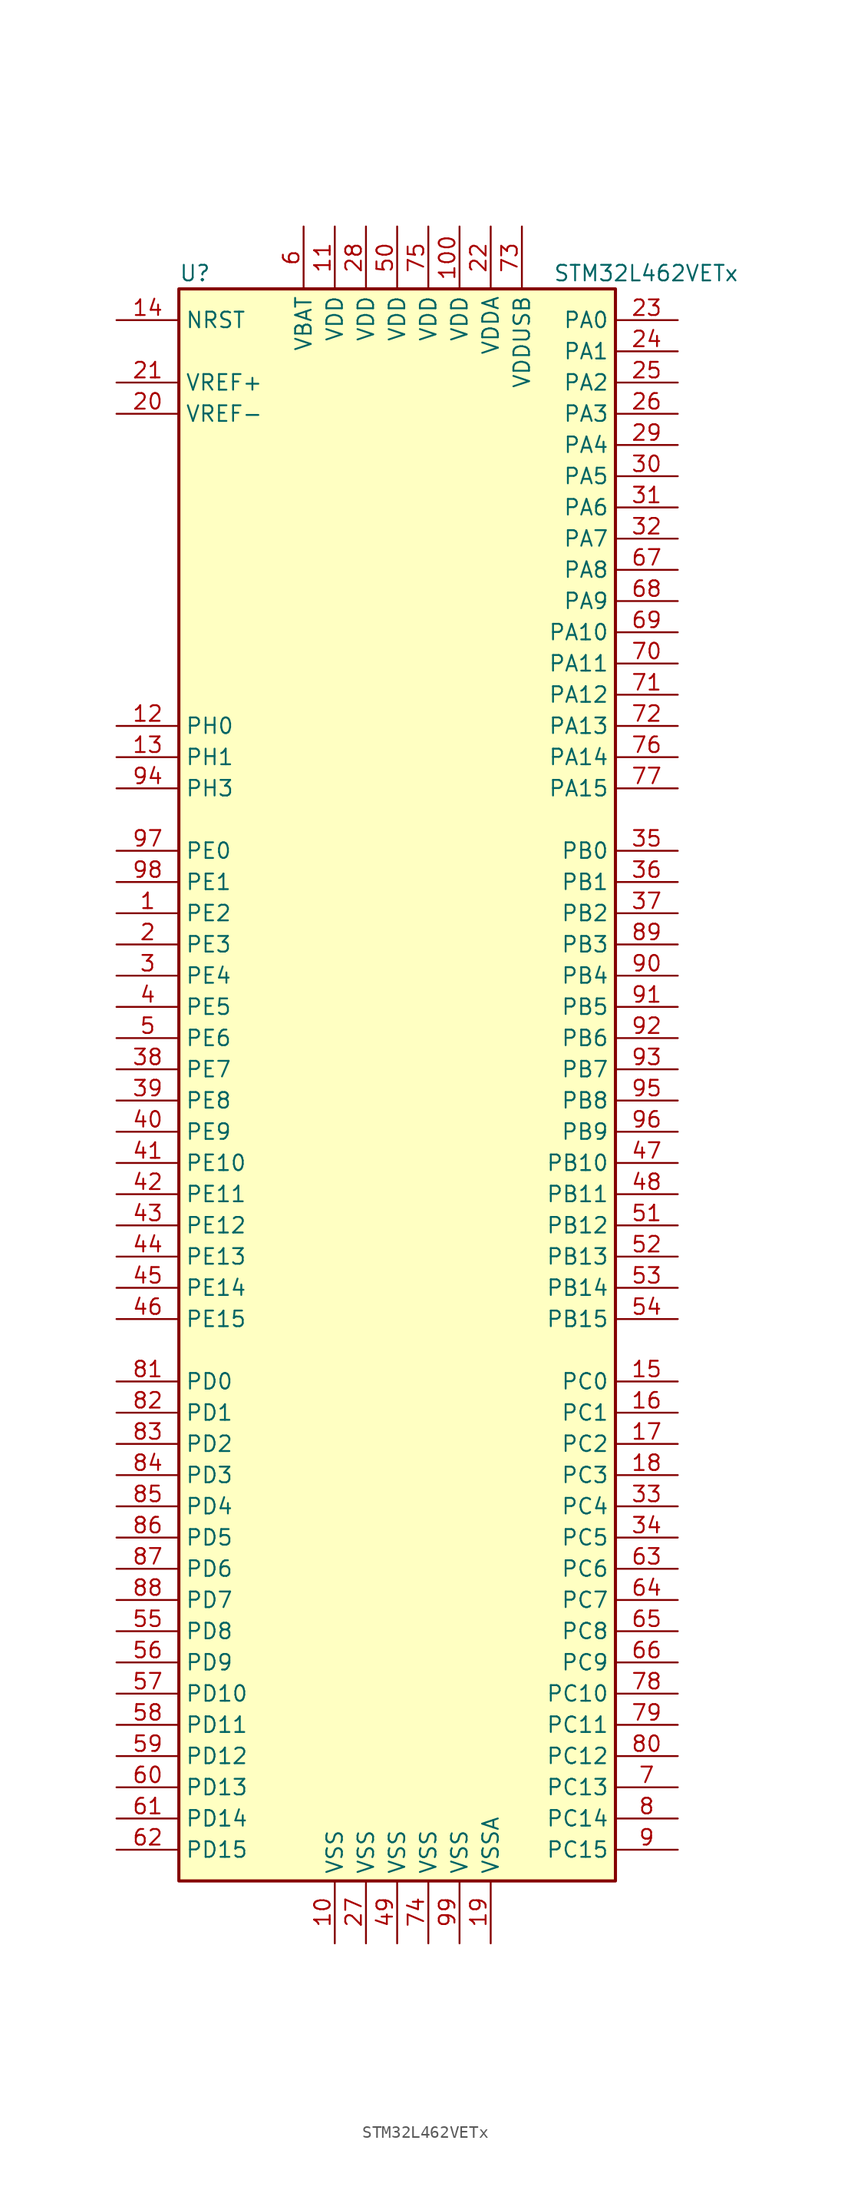
<source format=kicad_sym>
(kicad_symbol_lib
  (version 20220914)
  (generator kicad_symbol_editor)
  (symbol "STM32L462VETx"
    (property "Reference" "U"
      (at -17.78 64.77 0)
      (effects (font (size 1.27 1.27)) (justify left)))
    (property "Value" "STM32L462VETx"
      (at 12.7 64.77 0)
      (effects (font (size 1.27 1.27)) (justify left)))
    (symbol "STM32L462VETx_0_1"
      (rectangle (start -17.78 -66.04) (end 17.78 63.5) (stroke (width 0.254) (type default)) (fill (type background))))
    (symbol "STM32L462VETx_1_1"
      (pin bidirectional line (at -22.86 12.7 0) (length 5.08) (name "PE2" (effects (font (size 1.27 1.27)))) (number "1" (effects (font (size 1.27 1.27)))))
      (pin power_in line (at -5.08 -71.12 90) (length 5.08) (name "VSS" (effects (font (size 1.27 1.27)))) (number "10" (effects (font (size 1.27 1.27)))))
      (pin power_in line (at 5.08 68.58 270) (length 5.08) (name "VDD" (effects (font (size 1.27 1.27)))) (number "100" (effects (font (size 1.27 1.27)))))
      (pin power_in line (at -5.08 68.58 270) (length 5.08) (name "VDD" (effects (font (size 1.27 1.27)))) (number "11" (effects (font (size 1.27 1.27)))))
      (pin input line (at -22.86 27.94 0) (length 5.08) (name "PH0" (effects (font (size 1.27 1.27)))) (number "12" (effects (font (size 1.27 1.27)))))
      (pin input line (at -22.86 25.4 0) (length 5.08) (name "PH1" (effects (font (size 1.27 1.27)))) (number "13" (effects (font (size 1.27 1.27)))))
      (pin input line (at -22.86 60.96 0) (length 5.08) (name "NRST" (effects (font (size 1.27 1.27)))) (number "14" (effects (font (size 1.27 1.27)))))
      (pin bidirectional line (at 22.86 -25.4 180) (length 5.08) (name "PC0" (effects (font (size 1.27 1.27)))) (number "15" (effects (font (size 1.27 1.27)))))
      (pin bidirectional line (at 22.86 -27.94 180) (length 5.08) (name "PC1" (effects (font (size 1.27 1.27)))) (number "16" (effects (font (size 1.27 1.27)))))
      (pin bidirectional line (at 22.86 -30.48 180) (length 5.08) (name "PC2" (effects (font (size 1.27 1.27)))) (number "17" (effects (font (size 1.27 1.27)))))
      (pin bidirectional line (at 22.86 -33.02 180) (length 5.08) (name "PC3" (effects (font (size 1.27 1.27)))) (number "18" (effects (font (size 1.27 1.27)))))
      (pin power_in line (at 7.62 -71.12 90) (length 5.08) (name "VSSA" (effects (font (size 1.27 1.27)))) (number "19" (effects (font (size 1.27 1.27)))))
      (pin bidirectional line (at -22.86 10.16 0) (length 5.08) (name "PE3" (effects (font (size 1.27 1.27)))) (number "2" (effects (font (size 1.27 1.27)))))
      (pin power_in line (at -22.86 53.34 0) (length 5.08) (name "VREF-" (effects (font (size 1.27 1.27)))) (number "20" (effects (font (size 1.27 1.27)))))
      (pin bidirectional line (at -22.86 55.88 0) (length 5.08) (name "VREF+" (effects (font (size 1.27 1.27)))) (number "21" (effects (font (size 1.27 1.27)))))
      (pin power_in line (at 7.62 68.58 270) (length 5.08) (name "VDDA" (effects (font (size 1.27 1.27)))) (number "22" (effects (font (size 1.27 1.27)))))
      (pin bidirectional line (at 22.86 60.96 180) (length 5.08) (name "PA0" (effects (font (size 1.27 1.27)))) (number "23" (effects (font (size 1.27 1.27)))))
      (pin bidirectional line (at 22.86 58.42 180) (length 5.08) (name "PA1" (effects (font (size 1.27 1.27)))) (number "24" (effects (font (size 1.27 1.27)))))
      (pin bidirectional line (at 22.86 55.88 180) (length 5.08) (name "PA2" (effects (font (size 1.27 1.27)))) (number "25" (effects (font (size 1.27 1.27)))))
      (pin bidirectional line (at 22.86 53.34 180) (length 5.08) (name "PA3" (effects (font (size 1.27 1.27)))) (number "26" (effects (font (size 1.27 1.27)))))
      (pin power_in line (at -2.54 -71.12 90) (length 5.08) (name "VSS" (effects (font (size 1.27 1.27)))) (number "27" (effects (font (size 1.27 1.27)))))
      (pin power_in line (at -2.54 68.58 270) (length 5.08) (name "VDD" (effects (font (size 1.27 1.27)))) (number "28" (effects (font (size 1.27 1.27)))))
      (pin bidirectional line (at 22.86 50.8 180) (length 5.08) (name "PA4" (effects (font (size 1.27 1.27)))) (number "29" (effects (font (size 1.27 1.27)))))
      (pin bidirectional line (at -22.86 7.62 0) (length 5.08) (name "PE4" (effects (font (size 1.27 1.27)))) (number "3" (effects (font (size 1.27 1.27)))))
      (pin bidirectional line (at 22.86 48.26 180) (length 5.08) (name "PA5" (effects (font (size 1.27 1.27)))) (number "30" (effects (font (size 1.27 1.27)))))
      (pin bidirectional line (at 22.86 45.72 180) (length 5.08) (name "PA6" (effects (font (size 1.27 1.27)))) (number "31" (effects (font (size 1.27 1.27)))))
      (pin bidirectional line (at 22.86 43.18 180) (length 5.08) (name "PA7" (effects (font (size 1.27 1.27)))) (number "32" (effects (font (size 1.27 1.27)))))
      (pin bidirectional line (at 22.86 -35.56 180) (length 5.08) (name "PC4" (effects (font (size 1.27 1.27)))) (number "33" (effects (font (size 1.27 1.27)))))
      (pin bidirectional line (at 22.86 -38.1 180) (length 5.08) (name "PC5" (effects (font (size 1.27 1.27)))) (number "34" (effects (font (size 1.27 1.27)))))
      (pin bidirectional line (at 22.86 17.78 180) (length 5.08) (name "PB0" (effects (font (size 1.27 1.27)))) (number "35" (effects (font (size 1.27 1.27)))))
      (pin bidirectional line (at 22.86 15.24 180) (length 5.08) (name "PB1" (effects (font (size 1.27 1.27)))) (number "36" (effects (font (size 1.27 1.27)))))
      (pin bidirectional line (at 22.86 12.7 180) (length 5.08) (name "PB2" (effects (font (size 1.27 1.27)))) (number "37" (effects (font (size 1.27 1.27)))))
      (pin bidirectional line (at -22.86 0 0) (length 5.08) (name "PE7" (effects (font (size 1.27 1.27)))) (number "38" (effects (font (size 1.27 1.27)))))
      (pin bidirectional line (at -22.86 -2.54 0) (length 5.08) (name "PE8" (effects (font (size 1.27 1.27)))) (number "39" (effects (font (size 1.27 1.27)))))
      (pin bidirectional line (at -22.86 5.08 0) (length 5.08) (name "PE5" (effects (font (size 1.27 1.27)))) (number "4" (effects (font (size 1.27 1.27)))))
      (pin bidirectional line (at -22.86 -5.08 0) (length 5.08) (name "PE9" (effects (font (size 1.27 1.27)))) (number "40" (effects (font (size 1.27 1.27)))))
      (pin bidirectional line (at -22.86 -7.62 0) (length 5.08) (name "PE10" (effects (font (size 1.27 1.27)))) (number "41" (effects (font (size 1.27 1.27)))))
      (pin bidirectional line (at -22.86 -10.16 0) (length 5.08) (name "PE11" (effects (font (size 1.27 1.27)))) (number "42" (effects (font (size 1.27 1.27)))))
      (pin bidirectional line (at -22.86 -12.7 0) (length 5.08) (name "PE12" (effects (font (size 1.27 1.27)))) (number "43" (effects (font (size 1.27 1.27)))))
      (pin bidirectional line (at -22.86 -15.24 0) (length 5.08) (name "PE13" (effects (font (size 1.27 1.27)))) (number "44" (effects (font (size 1.27 1.27)))))
      (pin bidirectional line (at -22.86 -17.78 0) (length 5.08) (name "PE14" (effects (font (size 1.27 1.27)))) (number "45" (effects (font (size 1.27 1.27)))))
      (pin bidirectional line (at -22.86 -20.32 0) (length 5.08) (name "PE15" (effects (font (size 1.27 1.27)))) (number "46" (effects (font (size 1.27 1.27)))))
      (pin bidirectional line (at 22.86 -7.62 180) (length 5.08) (name "PB10" (effects (font (size 1.27 1.27)))) (number "47" (effects (font (size 1.27 1.27)))))
      (pin bidirectional line (at 22.86 -10.16 180) (length 5.08) (name "PB11" (effects (font (size 1.27 1.27)))) (number "48" (effects (font (size 1.27 1.27)))))
      (pin power_in line (at 0 -71.12 90) (length 5.08) (name "VSS" (effects (font (size 1.27 1.27)))) (number "49" (effects (font (size 1.27 1.27)))))
      (pin bidirectional line (at -22.86 2.54 0) (length 5.08) (name "PE6" (effects (font (size 1.27 1.27)))) (number "5" (effects (font (size 1.27 1.27)))))
      (pin power_in line (at 0 68.58 270) (length 5.08) (name "VDD" (effects (font (size 1.27 1.27)))) (number "50" (effects (font (size 1.27 1.27)))))
      (pin bidirectional line (at 22.86 -12.7 180) (length 5.08) (name "PB12" (effects (font (size 1.27 1.27)))) (number "51" (effects (font (size 1.27 1.27)))))
      (pin bidirectional line (at 22.86 -15.24 180) (length 5.08) (name "PB13" (effects (font (size 1.27 1.27)))) (number "52" (effects (font (size 1.27 1.27)))))
      (pin bidirectional line (at 22.86 -17.78 180) (length 5.08) (name "PB14" (effects (font (size 1.27 1.27)))) (number "53" (effects (font (size 1.27 1.27)))))
      (pin bidirectional line (at 22.86 -20.32 180) (length 5.08) (name "PB15" (effects (font (size 1.27 1.27)))) (number "54" (effects (font (size 1.27 1.27)))))
      (pin bidirectional line (at -22.86 -45.72 0) (length 5.08) (name "PD8" (effects (font (size 1.27 1.27)))) (number "55" (effects (font (size 1.27 1.27)))))
      (pin bidirectional line (at -22.86 -48.26 0) (length 5.08) (name "PD9" (effects (font (size 1.27 1.27)))) (number "56" (effects (font (size 1.27 1.27)))))
      (pin bidirectional line (at -22.86 -50.8 0) (length 5.08) (name "PD10" (effects (font (size 1.27 1.27)))) (number "57" (effects (font (size 1.27 1.27)))))
      (pin bidirectional line (at -22.86 -53.34 0) (length 5.08) (name "PD11" (effects (font (size 1.27 1.27)))) (number "58" (effects (font (size 1.27 1.27)))))
      (pin bidirectional line (at -22.86 -55.88 0) (length 5.08) (name "PD12" (effects (font (size 1.27 1.27)))) (number "59" (effects (font (size 1.27 1.27)))))
      (pin power_in line (at -7.62 68.58 270) (length 5.08) (name "VBAT" (effects (font (size 1.27 1.27)))) (number "6" (effects (font (size 1.27 1.27)))))
      (pin bidirectional line (at -22.86 -58.42 0) (length 5.08) (name "PD13" (effects (font (size 1.27 1.27)))) (number "60" (effects (font (size 1.27 1.27)))))
      (pin bidirectional line (at -22.86 -60.96 0) (length 5.08) (name "PD14" (effects (font (size 1.27 1.27)))) (number "61" (effects (font (size 1.27 1.27)))))
      (pin bidirectional line (at -22.86 -63.5 0) (length 5.08) (name "PD15" (effects (font (size 1.27 1.27)))) (number "62" (effects (font (size 1.27 1.27)))))
      (pin bidirectional line (at 22.86 -40.64 180) (length 5.08) (name "PC6" (effects (font (size 1.27 1.27)))) (number "63" (effects (font (size 1.27 1.27)))))
      (pin bidirectional line (at 22.86 -43.18 180) (length 5.08) (name "PC7" (effects (font (size 1.27 1.27)))) (number "64" (effects (font (size 1.27 1.27)))))
      (pin bidirectional line (at 22.86 -45.72 180) (length 5.08) (name "PC8" (effects (font (size 1.27 1.27)))) (number "65" (effects (font (size 1.27 1.27)))))
      (pin bidirectional line (at 22.86 -48.26 180) (length 5.08) (name "PC9" (effects (font (size 1.27 1.27)))) (number "66" (effects (font (size 1.27 1.27)))))
      (pin bidirectional line (at 22.86 40.64 180) (length 5.08) (name "PA8" (effects (font (size 1.27 1.27)))) (number "67" (effects (font (size 1.27 1.27)))))
      (pin bidirectional line (at 22.86 38.1 180) (length 5.08) (name "PA9" (effects (font (size 1.27 1.27)))) (number "68" (effects (font (size 1.27 1.27)))))
      (pin bidirectional line (at 22.86 35.56 180) (length 5.08) (name "PA10" (effects (font (size 1.27 1.27)))) (number "69" (effects (font (size 1.27 1.27)))))
      (pin bidirectional line (at 22.86 -58.42 180) (length 5.08) (name "PC13" (effects (font (size 1.27 1.27)))) (number "7" (effects (font (size 1.27 1.27)))))
      (pin bidirectional line (at 22.86 33.02 180) (length 5.08) (name "PA11" (effects (font (size 1.27 1.27)))) (number "70" (effects (font (size 1.27 1.27)))))
      (pin bidirectional line (at 22.86 30.48 180) (length 5.08) (name "PA12" (effects (font (size 1.27 1.27)))) (number "71" (effects (font (size 1.27 1.27)))))
      (pin bidirectional line (at 22.86 27.94 180) (length 5.08) (name "PA13" (effects (font (size 1.27 1.27)))) (number "72" (effects (font (size 1.27 1.27)))))
      (pin power_in line (at 10.16 68.58 270) (length 5.08) (name "VDDUSB" (effects (font (size 1.27 1.27)))) (number "73" (effects (font (size 1.27 1.27)))))
      (pin power_in line (at 2.54 -71.12 90) (length 5.08) (name "VSS" (effects (font (size 1.27 1.27)))) (number "74" (effects (font (size 1.27 1.27)))))
      (pin power_in line (at 2.54 68.58 270) (length 5.08) (name "VDD" (effects (font (size 1.27 1.27)))) (number "75" (effects (font (size 1.27 1.27)))))
      (pin bidirectional line (at 22.86 25.4 180) (length 5.08) (name "PA14" (effects (font (size 1.27 1.27)))) (number "76" (effects (font (size 1.27 1.27)))))
      (pin bidirectional line (at 22.86 22.86 180) (length 5.08) (name "PA15" (effects (font (size 1.27 1.27)))) (number "77" (effects (font (size 1.27 1.27)))))
      (pin bidirectional line (at 22.86 -50.8 180) (length 5.08) (name "PC10" (effects (font (size 1.27 1.27)))) (number "78" (effects (font (size 1.27 1.27)))))
      (pin bidirectional line (at 22.86 -53.34 180) (length 5.08) (name "PC11" (effects (font (size 1.27 1.27)))) (number "79" (effects (font (size 1.27 1.27)))))
      (pin bidirectional line (at 22.86 -60.96 180) (length 5.08) (name "PC14" (effects (font (size 1.27 1.27)))) (number "8" (effects (font (size 1.27 1.27)))))
      (pin bidirectional line (at 22.86 -55.88 180) (length 5.08) (name "PC12" (effects (font (size 1.27 1.27)))) (number "80" (effects (font (size 1.27 1.27)))))
      (pin bidirectional line (at -22.86 -25.4 0) (length 5.08) (name "PD0" (effects (font (size 1.27 1.27)))) (number "81" (effects (font (size 1.27 1.27)))))
      (pin bidirectional line (at -22.86 -27.94 0) (length 5.08) (name "PD1" (effects (font (size 1.27 1.27)))) (number "82" (effects (font (size 1.27 1.27)))))
      (pin bidirectional line (at -22.86 -30.48 0) (length 5.08) (name "PD2" (effects (font (size 1.27 1.27)))) (number "83" (effects (font (size 1.27 1.27)))))
      (pin bidirectional line (at -22.86 -33.02 0) (length 5.08) (name "PD3" (effects (font (size 1.27 1.27)))) (number "84" (effects (font (size 1.27 1.27)))))
      (pin bidirectional line (at -22.86 -35.56 0) (length 5.08) (name "PD4" (effects (font (size 1.27 1.27)))) (number "85" (effects (font (size 1.27 1.27)))))
      (pin bidirectional line (at -22.86 -38.1 0) (length 5.08) (name "PD5" (effects (font (size 1.27 1.27)))) (number "86" (effects (font (size 1.27 1.27)))))
      (pin bidirectional line (at -22.86 -40.64 0) (length 5.08) (name "PD6" (effects (font (size 1.27 1.27)))) (number "87" (effects (font (size 1.27 1.27)))))
      (pin bidirectional line (at -22.86 -43.18 0) (length 5.08) (name "PD7" (effects (font (size 1.27 1.27)))) (number "88" (effects (font (size 1.27 1.27)))))
      (pin bidirectional line (at 22.86 10.16 180) (length 5.08) (name "PB3" (effects (font (size 1.27 1.27)))) (number "89" (effects (font (size 1.27 1.27)))))
      (pin bidirectional line (at 22.86 -63.5 180) (length 5.08) (name "PC15" (effects (font (size 1.27 1.27)))) (number "9" (effects (font (size 1.27 1.27)))))
      (pin bidirectional line (at 22.86 7.62 180) (length 5.08) (name "PB4" (effects (font (size 1.27 1.27)))) (number "90" (effects (font (size 1.27 1.27)))))
      (pin bidirectional line (at 22.86 5.08 180) (length 5.08) (name "PB5" (effects (font (size 1.27 1.27)))) (number "91" (effects (font (size 1.27 1.27)))))
      (pin bidirectional line (at 22.86 2.54 180) (length 5.08) (name "PB6" (effects (font (size 1.27 1.27)))) (number "92" (effects (font (size 1.27 1.27)))))
      (pin bidirectional line (at 22.86 0 180) (length 5.08) (name "PB7" (effects (font (size 1.27 1.27)))) (number "93" (effects (font (size 1.27 1.27)))))
      (pin bidirectional line (at -22.86 22.86 0) (length 5.08) (name "PH3" (effects (font (size 1.27 1.27)))) (number "94" (effects (font (size 1.27 1.27)))))
      (pin bidirectional line (at 22.86 -2.54 180) (length 5.08) (name "PB8" (effects (font (size 1.27 1.27)))) (number "95" (effects (font (size 1.27 1.27)))))
      (pin bidirectional line (at 22.86 -5.08 180) (length 5.08) (name "PB9" (effects (font (size 1.27 1.27)))) (number "96" (effects (font (size 1.27 1.27)))))
      (pin bidirectional line (at -22.86 17.78 0) (length 5.08) (name "PE0" (effects (font (size 1.27 1.27)))) (number "97" (effects (font (size 1.27 1.27)))))
      (pin bidirectional line (at -22.86 15.24 0) (length 5.08) (name "PE1" (effects (font (size 1.27 1.27)))) (number "98" (effects (font (size 1.27 1.27)))))
      (pin power_in line (at 5.08 -71.12 90) (length 5.08) (name "VSS" (effects (font (size 1.27 1.27)))) (number "99" (effects (font (size 1.27 1.27))))))))
</source>
